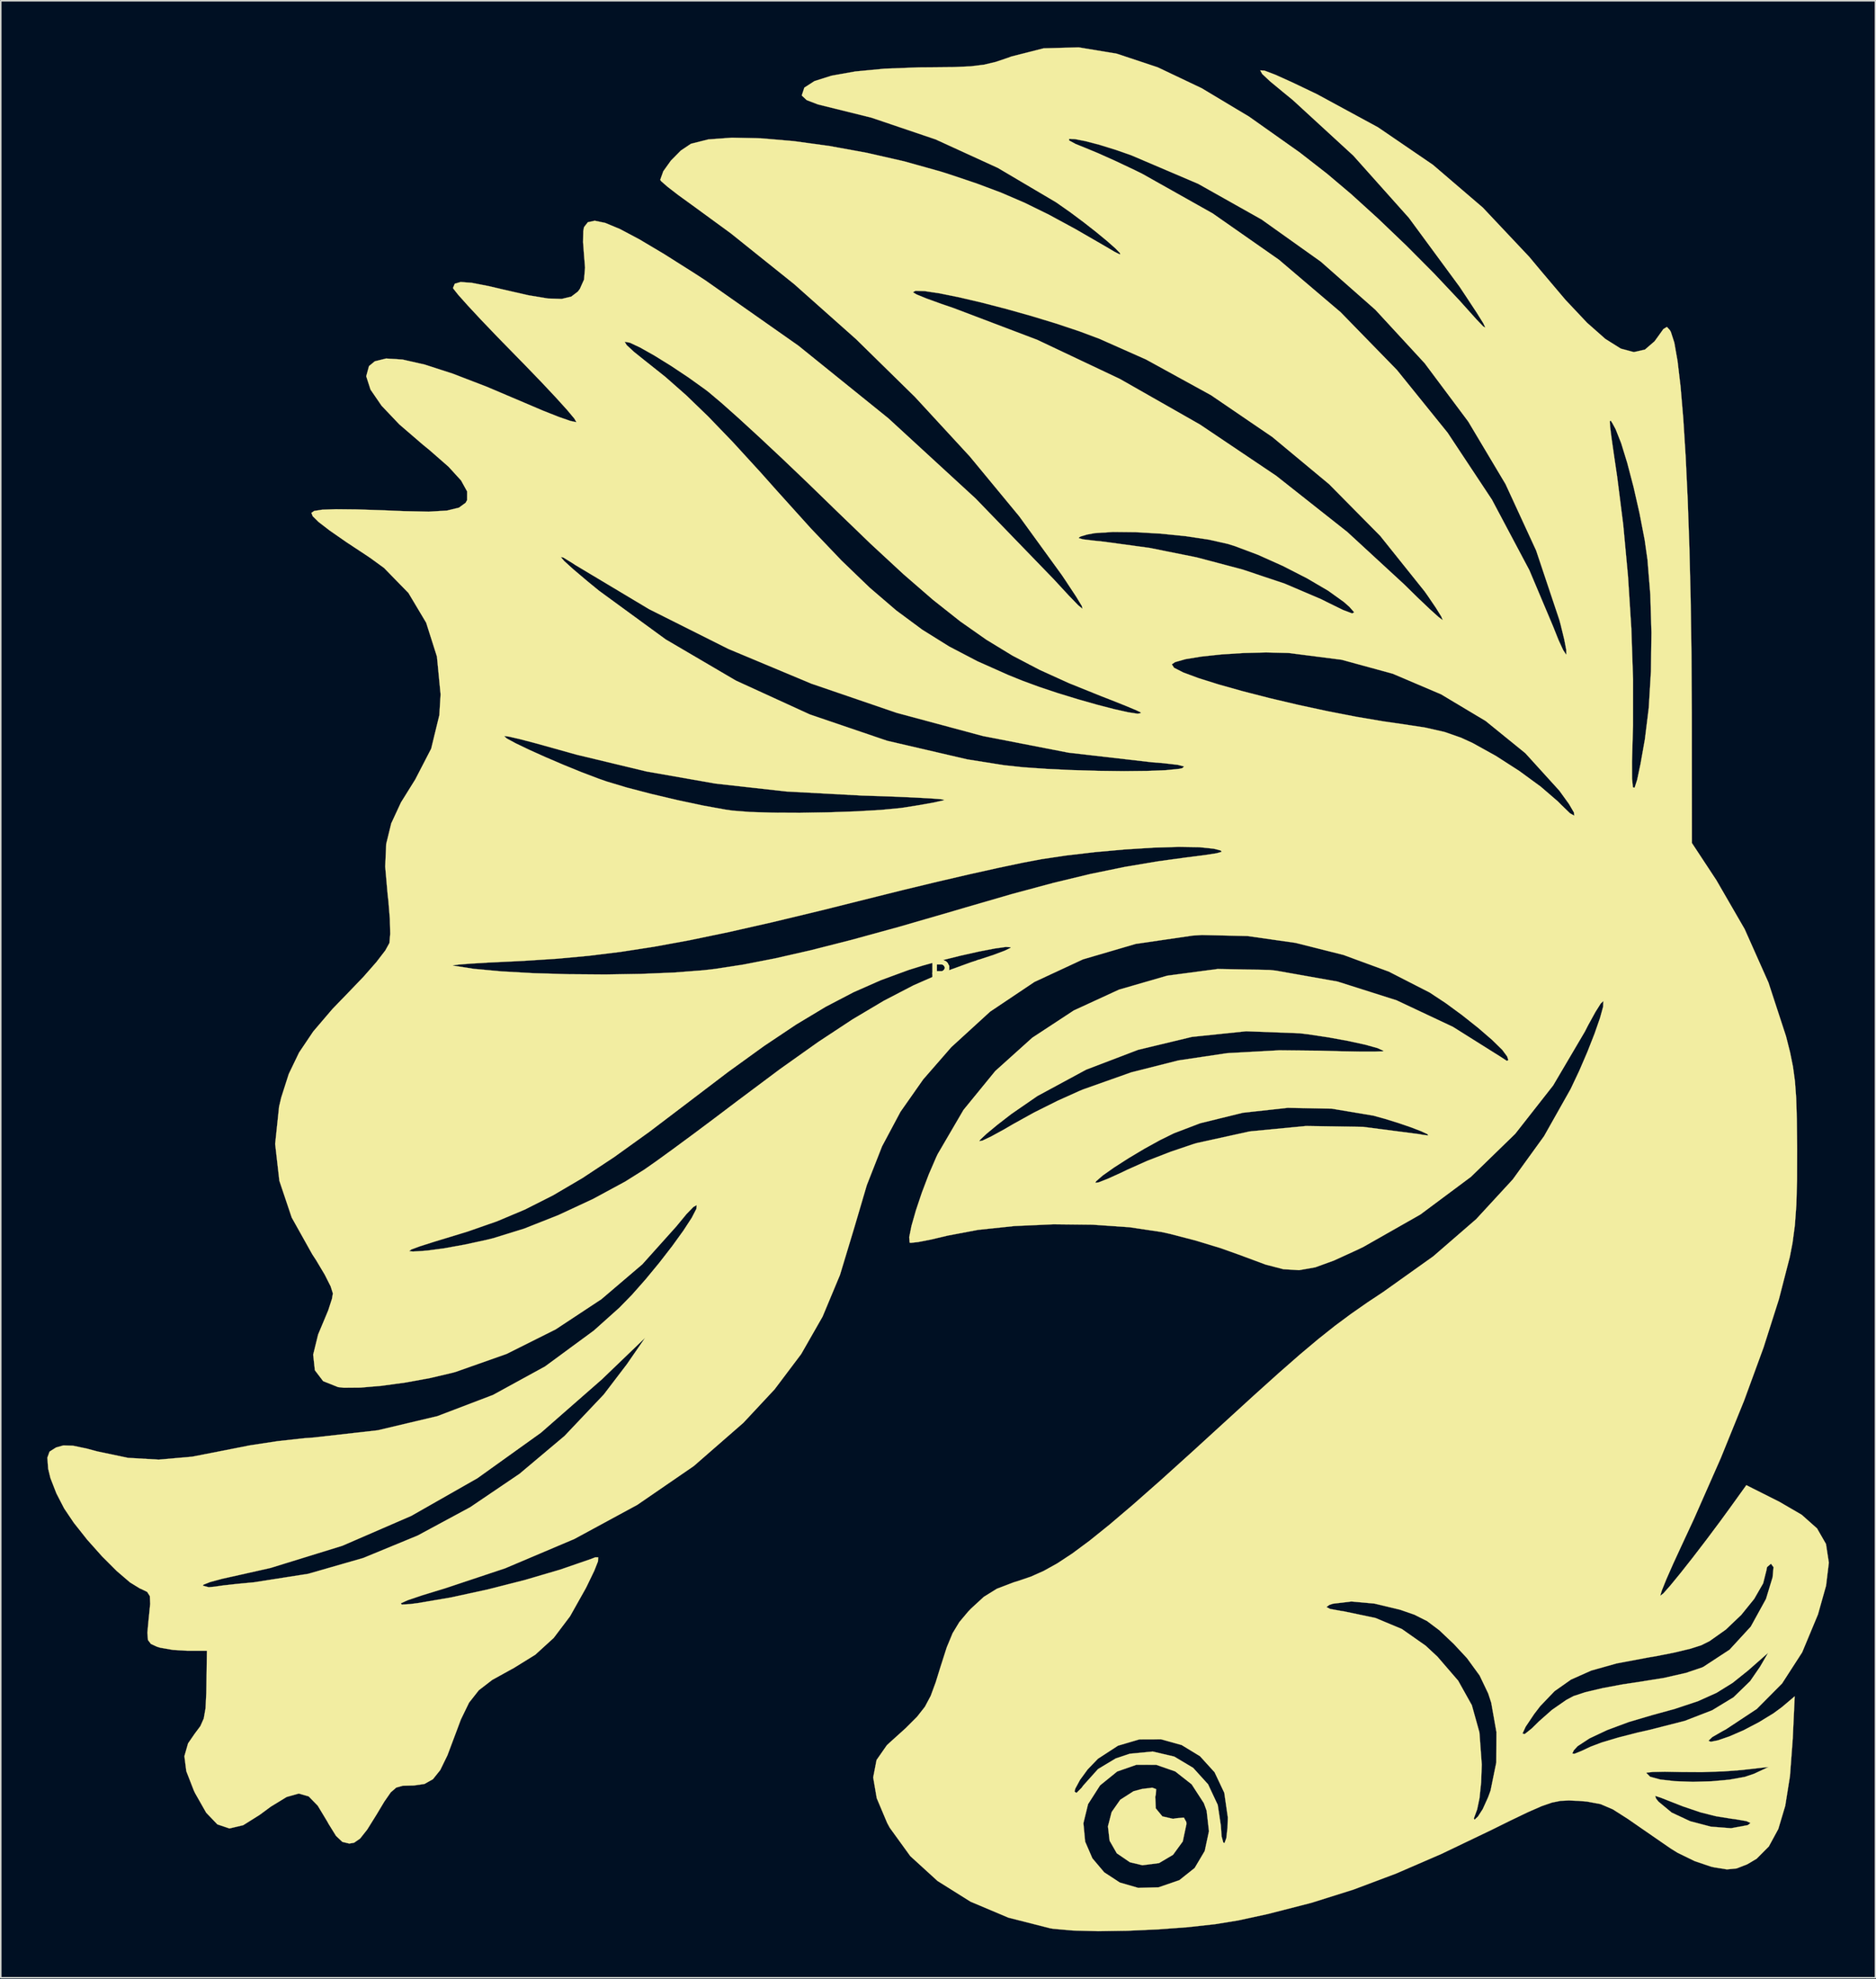
<source format=kicad_pcb>
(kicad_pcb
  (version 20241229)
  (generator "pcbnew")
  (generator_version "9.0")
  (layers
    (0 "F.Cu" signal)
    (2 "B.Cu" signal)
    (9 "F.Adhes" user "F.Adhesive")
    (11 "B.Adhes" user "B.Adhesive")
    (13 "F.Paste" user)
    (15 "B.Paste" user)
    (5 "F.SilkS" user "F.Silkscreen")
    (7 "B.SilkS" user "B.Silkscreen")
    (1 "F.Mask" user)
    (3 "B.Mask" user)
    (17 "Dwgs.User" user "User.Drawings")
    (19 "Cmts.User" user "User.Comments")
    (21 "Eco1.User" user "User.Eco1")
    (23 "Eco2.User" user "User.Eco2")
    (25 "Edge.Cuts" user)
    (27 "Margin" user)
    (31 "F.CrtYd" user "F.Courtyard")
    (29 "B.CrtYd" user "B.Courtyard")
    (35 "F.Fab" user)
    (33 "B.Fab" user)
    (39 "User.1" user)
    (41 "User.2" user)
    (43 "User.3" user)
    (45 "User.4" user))
  (footprint "Betta"
    (layer "F.Cu")
    (at 59.872 59.841)
    (property "Reference" "Betta" (at 0 0 0) (layer "F.SilkS") (effects (font (size 1.524 1.524) (thickness 0.3))))
    (attr through_hole)
    (fp_poly (pts (xy 11.681 52.502) (xy 11.663 52.842) (xy 11.626 52.997) (xy 11.659 53.744) (xy 12.084 54.26) (xy 12.773 54.417) (xy 12.987 54.381) (xy 13.473 54.339) (xy 13.63 54.625) (xy 13.636 54.769) (xy 13.401 55.877) (xy 12.774 56.738) (xy 11.868 57.275) (xy 10.798 57.412) (xy 9.988 57.219) (xy 9.143 56.641) (xy 8.678 55.829) (xy 8.573 54.903) (xy 8.81 53.983) (xy 9.367 53.188) (xy 10.224 52.639) (xy 10.776 52.492) (xy 11.428 52.41) (xy 11.681 52.502)) (stroke (width 0.01) (type solid)) (fill yes) (layer "F.SilkS"))
    (fp_poly (pts (xy 9.136 -59.43) (xy 11.781 -58.551) (xy 14.628 -57.198) (xy 17.682 -55.367) (xy 20.952 -53.055) (xy 22.716 -51.682) (xy 24.253 -50.384) (xy 26.001 -48.797) (xy 27.833 -47.045) (xy 29.619 -45.25) (xy 31.232 -43.538) (xy 31.674 -43.046) (xy 32.365 -42.277) (xy 32.785 -41.841) (xy 32.929 -41.758) (xy 32.791 -42.048) (xy 32.365 -42.73) (xy 31.644 -43.825) (xy 31.266 -44.393) (xy 27.993 -48.84) (xy 24.404 -52.856) (xy 20.5 -56.44) (xy 19.897 -56.933) (xy 19.03 -57.649) (xy 18.525 -58.123) (xy 18.399 -58.352) (xy 18.672 -58.337) (xy 19.363 -58.076) (xy 20.489 -57.568) (xy 22.058 -56.818) (xy 26.001 -54.679) (xy 29.54 -52.263) (xy 32.763 -49.502) (xy 35.759 -46.324) (xy 36.471 -45.471) (xy 38.099 -43.548) (xy 39.489 -42.074) (xy 40.669 -41.032) (xy 41.666 -40.407) (xy 42.509 -40.182) (xy 43.224 -40.343) (xy 43.839 -40.872) (xy 44.023 -41.122) (xy 44.413 -41.666) (xy 44.643 -41.806) (xy 44.835 -41.594) (xy 44.899 -41.478) (xy 45.121 -40.79) (xy 45.329 -39.606) (xy 45.522 -37.964) (xy 45.697 -35.904) (xy 45.851 -33.463) (xy 45.983 -30.68) (xy 46.092 -27.593) (xy 46.174 -24.242) (xy 46.227 -20.664) (xy 46.25 -16.898) (xy 46.251 -16.224) (xy 46.255 -8.519) (xy 47.833 -6.123) (xy 49.66 -2.964) (xy 51.194 0.478) (xy 52.328 3.944) (xy 52.59 4.982) (xy 52.778 5.908) (xy 52.905 6.848) (xy 52.984 7.931) (xy 53.026 9.282) (xy 53.045 11.028) (xy 53.046 11.229) (xy 53.04 13.235) (xy 52.994 14.828) (xy 52.9 16.13) (xy 52.75 17.264) (xy 52.573 18.178) (xy 51.87 20.905) (xy 50.88 24.014) (xy 49.622 27.449) (xy 48.117 31.156) (xy 46.386 35.079) (xy 45.585 36.801) (xy 45.043 37.976) (xy 44.607 38.966) (xy 44.319 39.678) (xy 44.216 40.017) (xy 44.22 40.031) (xy 44.416 39.876) (xy 44.87 39.363) (xy 45.522 38.567) (xy 46.316 37.561) (xy 47.191 36.42) (xy 48.09 35.218) (xy 48.762 34.296) (xy 49.767 32.899) (xy 51.896 33.969) (xy 53.336 34.806) (xy 54.33 35.688) (xy 54.907 36.693) (xy 55.092 37.898) (xy 54.912 39.382) (xy 54.394 41.222) (xy 54.386 41.245) (xy 53.37 43.681) (xy 52.071 45.692) (xy 50.444 47.33) (xy 48.447 48.649) (xy 48.26 48.747) (xy 47.568 49.147) (xy 47.324 49.38) (xy 47.468 49.449) (xy 47.939 49.355) (xy 48.678 49.101) (xy 49.597 48.702) (xy 50.591 48.181) (xy 51.518 47.615) (xy 52.045 47.229) (xy 52.889 46.517) (xy 52.762 49.26) (xy 52.583 51.658) (xy 52.278 53.581) (xy 51.829 55.078) (xy 51.219 56.2) (xy 50.429 56.994) (xy 49.83 57.349) (xy 49.142 57.619) (xy 48.513 57.68) (xy 47.684 57.547) (xy 47.482 57.501) (xy 46.431 57.145) (xy 45.328 56.607) (xy 44.884 56.331) (xy 43.974 55.704) (xy 42.896 54.96) (xy 42.116 54.42) (xy 41.16 53.811) (xy 40.36 53.469) (xy 39.473 53.304) (xy 38.942 53.262) (xy 38.316 53.235) (xy 37.776 53.26) (xy 37.224 53.371) (xy 36.563 53.6) (xy 35.697 53.978) (xy 34.529 54.538) (xy 33.287 55.152) (xy 30.079 56.688) (xy 27.165 57.949) (xy 24.412 58.984) (xy 21.689 59.84) (xy 18.863 60.564) (xy 16.957 60.976) (xy 15.49 61.214) (xy 13.721 61.408) (xy 11.785 61.551) (xy 9.816 61.639) (xy 7.946 61.665) (xy 6.311 61.624) (xy 5.044 61.511) (xy 4.845 61.479) (xy 2.15 60.793) (xy -0.292 59.763) (xy -2.423 58.427) (xy -4.181 56.824) (xy -5.507 54.993) (xy -5.666 54.699) (xy 6.989 54.699) (xy 7.101 55.887) (xy 7.568 56.966) (xy 8.332 57.869) (xy 9.337 58.527) (xy 10.526 58.872) (xy 11.841 58.836) (xy 13.18 58.375) (xy 14.167 57.591) (xy 14.818 56.493) (xy 15.09 55.217) (xy 14.941 53.897) (xy 14.764 53.41) (xy 13.974 52.193) (xy 12.917 51.363) (xy 11.695 50.937) (xy 10.411 50.933) (xy 9.168 51.367) (xy 8.068 52.258) (xy 8.059 52.269) (xy 7.29 53.47) (xy 6.989 54.699) (xy -5.666 54.699) (xy -5.674 54.684) (xy -6.347 53.089) (xy -6.42 52.662) (xy 6.417 52.662) (xy 6.541 52.749) (xy 6.866 52.426) (xy 6.985 52.265) (xy 7.931 51.211) (xy 9.076 50.523) (xy 9.98 50.221) (xy 11.458 50.078) (xy 12.85 50.403) (xy 14.07 51.13) (xy 15.034 52.191) (xy 15.658 53.522) (xy 15.857 54.843) (xy 15.908 55.553) (xy 16.017 55.95) (xy 16.093 55.982) (xy 16.211 55.663) (xy 16.289 54.977) (xy 16.308 54.327) (xy 16.08 52.739) (xy 15.453 51.414) (xy 14.51 50.378) (xy 13.332 49.661) (xy 12.004 49.29) (xy 10.606 49.294) (xy 9.221 49.702) (xy 7.932 50.54) (xy 7.267 51.227) (xy 6.771 51.905) (xy 6.465 52.471) (xy 6.417 52.662) (xy -6.42 52.662) (xy -6.576 51.75) (xy -6.359 50.625) (xy -5.695 49.673) (xy -5.535 49.523) (xy -4.483 48.574) (xy -3.748 47.84) (xy -3.238 47.191) (xy -2.866 46.492) (xy -2.541 45.612) (xy -2.241 44.643) (xy -1.831 43.364) (xy -1.451 42.447) (xy -1.017 41.73) (xy -0.447 41.052) (xy -0.274 40.871) (xy -0.153 40.759) (xy 22.672 40.759) (xy 22.911 40.882) (xy 23.627 41.012) (xy 23.796 41.036) (xy 25.834 41.463) (xy 27.54 42.176) (xy 29.075 43.252) (xy 29.835 43.959) (xy 31.172 45.509) (xy 32.055 47.09) (xy 32.544 48.843) (xy 32.695 50.909) (xy 32.695 50.934) (xy 32.654 52.067) (xy 32.548 53.09) (xy 32.398 53.807) (xy 32.373 53.875) (xy 32.186 54.387) (xy 32.226 54.477) (xy 32.445 54.276) (xy 32.758 53.792) (xy 33.108 53.019) (xy 33.138 52.938) (xy 43.885 52.938) (xy 43.942 53.112) (xy 44.096 53.308) (xy 44.951 54.016) (xy 46.14 54.571) (xy 47.478 54.924) (xy 48.78 55.025) (xy 49.861 54.826) (xy 49.864 54.825) (xy 50.036 54.689) (xy 49.776 54.567) (xy 49.04 54.441) (xy 48.795 54.41) (xy 47.799 54.25) (xy 46.815 54.002) (xy 45.679 53.618) (xy 44.249 53.057) (xy 43.885 52.938) (xy 33.138 52.938) (xy 33.263 52.595) (xy 33.494 51.458) (xy 43.314 51.458) (xy 43.56 51.705) (xy 44.219 51.884) (xy 45.177 51.992) (xy 46.317 52.031) (xy 47.521 51.998) (xy 48.675 51.893) (xy 49.661 51.715) (xy 50.265 51.513) (xy 51.201 51.075) (xy 49.463 51.272) (xy 48.301 51.36) (xy 46.901 51.407) (xy 45.56 51.4) (xy 45.519 51.399) (xy 44.51 51.382) (xy 43.743 51.396) (xy 43.344 51.438) (xy 43.314 51.458) (xy 33.494 51.458) (xy 33.63 50.796) (xy 33.633 50.206) (xy 38.538 50.206) (xy 38.674 50.225) (xy 39.132 50.04) (xy 39.721 49.764) (xy 40.434 49.495) (xy 41.503 49.175) (xy 42.76 48.853) (xy 43.574 48.669) (xy 45.796 48.101) (xy 47.561 47.418) (xy 48.943 46.578) (xy 50.013 45.539) (xy 50.652 44.61) (xy 51.173 43.715) (xy 49.894 44.839) (xy 48.883 45.649) (xy 47.845 46.292) (xy 46.647 46.831) (xy 45.154 47.328) (xy 43.727 47.719) (xy 42.173 48.178) (xy 40.779 48.697) (xy 39.647 49.231) (xy 38.878 49.734) (xy 38.633 50.001) (xy 38.538 50.206) (xy 33.633 50.206) (xy 33.641 48.914) (xy 35.325 48.914) (xy 35.461 48.956) (xy 35.925 48.587) (xy 36.387 48.132) (xy 37.224 47.393) (xy 38.152 46.749) (xy 38.624 46.499) (xy 39.367 46.255) (xy 40.475 45.992) (xy 41.781 45.747) (xy 42.774 45.599) (xy 44.452 45.33) (xy 45.868 45.008) (xy 46.895 44.662) (xy 47 44.613) (xy 48.686 43.51) (xy 50.054 42.022) (xy 51.036 40.238) (xy 51.463 38.835) (xy 51.521 38.185) (xy 51.356 37.966) (xy 51.102 38.183) (xy 51.067 38.378) (xy 50.852 39.231) (xy 50.275 40.233) (xy 49.438 41.267) (xy 48.443 42.214) (xy 47.391 42.958) (xy 46.857 43.225) (xy 46.161 43.446) (xy 45.121 43.696) (xy 43.922 43.932) (xy 43.477 44.006) (xy 41.401 44.395) (xy 39.759 44.856) (xy 38.456 45.436) (xy 37.391 46.185) (xy 36.466 47.15) (xy 36.076 47.659) (xy 35.527 48.477) (xy 35.325 48.914) (xy 33.641 48.914) (xy 33.642 48.83) (xy 33.306 46.929) (xy 33.11 46.332) (xy 32.558 45.176) (xy 31.741 44.055) (xy 30.889 43.14) (xy 29.956 42.256) (xy 29.171 41.667) (xy 28.346 41.252) (xy 27.428 40.934) (xy 25.765 40.535) (xy 24.279 40.403) (xy 23.093 40.544) (xy 22.86 40.622) (xy 22.672 40.759) (xy -0.153 40.759) (xy 0.561 40.103) (xy 1.406 39.579) (xy 2.494 39.164) (xy 2.807 39.068) (xy 3.607 38.795) (xy 4.422 38.432) (xy 5.295 37.948) (xy 6.266 37.31) (xy 7.378 36.487) (xy 8.672 35.446) (xy 10.19 34.155) (xy 11.975 32.582) (xy 14.067 30.694) (xy 16.03 28.9) (xy 17.964 27.134) (xy 19.581 25.679) (xy 20.949 24.481) (xy 22.138 23.482) (xy 23.215 22.626) (xy 24.251 21.857) (xy 25.313 21.116) (xy 26.331 20.441) (xy 29.568 18.137) (xy 32.335 15.74) (xy 34.695 13.18) (xy 36.714 10.389) (xy 38.427 7.353) (xy 38.986 6.171) (xy 39.514 4.946) (xy 39.972 3.78) (xy 40.322 2.779) (xy 40.524 2.046) (xy 40.541 1.686) (xy 40.534 1.677) (xy 40.367 1.84) (xy 40.026 2.383) (xy 39.572 3.207) (xy 39.345 3.649) (xy 37.301 7.118) (xy 34.852 10.239) (xy 31.996 13.013) (xy 28.733 15.442) (xy 25.061 17.528) (xy 24.663 17.721) (xy 23.145 18.415) (xy 21.943 18.85) (xy 20.908 19.032) (xy 19.891 18.97) (xy 18.746 18.671) (xy 17.323 18.143) (xy 17.238 18.109) (xy 15.851 17.613) (xy 14.213 17.116) (xy 12.602 16.697) (xy 12.025 16.57) (xy 9.966 16.263) (xy 7.587 16.099) (xy 5.054 16.074) (xy 2.535 16.186) (xy 0.196 16.432) (xy -1.795 16.807) (xy -1.844 16.82) (xy -2.869 17.062) (xy -3.682 17.219) (xy -4.157 17.27) (xy -4.224 17.254) (xy -4.25 16.902) (xy -4.104 16.172) (xy -3.82 15.178) (xy -3.436 14.032) (xy -3.195 13.4) (xy 7.754 13.4) (xy 7.974 13.368) (xy 8.562 13.137) (xy 9.411 12.752) (xy 9.826 12.552) (xy 11.112 11.978) (xy 12.625 11.391) (xy 14.073 10.902) (xy 14.304 10.833) (xy 17.721 10.082) (xy 21.35 9.733) (xy 25.046 9.789) (xy 28.659 10.257) (xy 28.876 10.299) (xy 29.242 10.344) (xy 29.184 10.257) (xy 28.79 10.073) (xy 28.146 9.825) (xy 27.336 9.547) (xy 26.448 9.271) (xy 25.691 9.063) (xy 23.028 8.618) (xy 20.173 8.562) (xy 17.285 8.878) (xy 14.527 9.555) (xy 12.834 10.2) (xy 11.936 10.642) (xy 10.92 11.202) (xy 9.893 11.815) (xy 8.962 12.413) (xy 8.233 12.928) (xy 7.814 13.293) (xy 7.754 13.4) (xy -3.195 13.4) (xy -2.987 12.851) (xy -2.509 11.746) (xy -2.413 11.544) (xy -1.928 10.714) (xy 0.267 10.714) (xy 0.479 10.673) (xy 1.048 10.402) (xy 1.876 9.949) (xy 2.469 9.604) (xy 3.8 8.867) (xy 5.322 8.107) (xy 6.744 7.467) (xy 6.98 7.37) (xy 10.076 6.273) (xy 13.122 5.503) (xy 16.26 5.036) (xy 19.632 4.85) (xy 22.242 4.875) (xy 23.669 4.914) (xy 24.877 4.934) (xy 25.78 4.934) (xy 26.291 4.916) (xy 26.372 4.893) (xy 25.973 4.71) (xy 25.165 4.486) (xy 24.068 4.246) (xy 22.804 4.016) (xy 21.493 3.82) (xy 20.943 3.753) (xy 17.491 3.623) (xy 13.988 3.987) (xy 10.519 4.82) (xy 7.169 6.098) (xy 4.024 7.798) (xy 2.339 8.959) (xy 1.453 9.644) (xy 0.756 10.219) (xy 0.341 10.606) (xy 0.267 10.714) (xy -1.928 10.714) (xy -0.749 8.697) (xy 1.303 6.186) (xy 3.692 4.038) (xy 6.371 2.28) (xy 9.29 0.937) (xy 12.402 0.037) (xy 15.657 -0.395) (xy 19.006 -0.331) (xy 19.4 -0.29) (xy 23.388 0.417) (xy 27.194 1.625) (xy 30.832 3.337) (xy 33.894 5.259) (xy 34.316 5.534) (xy 34.41 5.483) (xy 34.332 5.245) (xy 34.016 4.819) (xy 33.359 4.177) (xy 32.465 3.406) (xy 31.435 2.589) (xy 30.373 1.81) (xy 29.381 1.155) (xy 29.314 1.114) (xy 26.696 -0.225) (xy 23.766 -1.301) (xy 20.678 -2.078) (xy 17.585 -2.518) (xy 14.64 -2.586) (xy 14.037 -2.547) (xy 10.364 -2.011) (xy 6.959 -1.014) (xy 3.826 0.443) (xy 0.967 2.359) (xy -1.537 4.648) (xy -3.35 6.728) (xy -4.815 8.815) (xy -6.003 11.042) (xy -6.986 13.543) (xy -7.787 16.259) (xy -8.719 19.34) (xy -9.841 22.026) (xy -11.223 24.443) (xy -12.939 26.719) (xy -14.953 28.876) (xy -18.154 31.666) (xy -21.794 34.166) (xy -25.855 36.367) (xy -30.322 38.259) (xy -34.205 39.553) (xy -35.663 39.998) (xy -36.61 40.318) (xy -37.054 40.517) (xy -37.002 40.599) (xy -36.462 40.568) (xy -35.961 40.504) (xy -33.836 40.143) (xy -31.473 39.63) (xy -29.055 39.015) (xy -26.769 38.343) (xy -24.799 37.664) (xy -24.51 37.552) (xy -24.321 37.551) (xy -24.335 37.815) (xy -24.569 38.408) (xy -25.045 39.395) (xy -25.117 39.539) (xy -26.138 41.356) (xy -27.193 42.752) (xy -28.382 43.835) (xy -29.806 44.716) (xy -29.93 44.78) (xy -31.157 45.458) (xy -32.023 46.124) (xy -32.655 46.927) (xy -33.182 48.012) (xy -33.525 48.928) (xy -34.049 50.322) (xy -34.514 51.274) (xy -34.986 51.864) (xy -35.531 52.169) (xy -36.217 52.268) (xy -36.368 52.271) (xy -36.945 52.288) (xy -37.353 52.404) (xy -37.707 52.711) (xy -38.118 53.302) (xy -38.622 54.142) (xy -39.228 55.114) (xy -39.685 55.691) (xy -40.074 55.961) (xy -40.384 56.014) (xy -40.829 55.907) (xy -41.24 55.518) (xy -41.72 54.744) (xy -41.803 54.592) (xy -42.419 53.57) (xy -43.003 52.972) (xy -43.643 52.788) (xy -44.426 53.01) (xy -45.442 53.63) (xy -46.175 54.169) (xy -47.227 54.829) (xy -48.116 55.039) (xy -48.894 54.778) (xy -49.615 54.027) (xy -50.332 52.766) (xy -50.419 52.582) (xy -50.9 51.345) (xy -51.023 50.378) (xy -50.786 49.551) (xy -50.351 48.92) (xy -49.992 48.44) (xy -49.774 47.949) (xy -49.659 47.291) (xy -49.61 46.312) (xy -49.602 45.824) (xy -49.57 43.581) (xy -50.836 43.581) (xy -51.766 43.524) (xy -52.587 43.381) (xy -52.801 43.315) (xy -53.185 43.138) (xy -53.375 42.886) (xy -53.411 42.412) (xy -53.333 41.57) (xy -53.32 41.45) (xy -53.231 40.56) (xy -53.252 40.054) (xy -53.426 39.783) (xy -53.798 39.6) (xy -53.885 39.567) (xy -54.188 39.381) (xy -49.831 39.381) (xy -49.452 39.479) (xy -49.089 39.447) (xy -48.552 39.369) (xy -47.666 39.27) (xy -46.616 39.17) (xy -46.541 39.164) (xy -43.031 38.615) (xy -39.48 37.594) (xy -35.969 36.147) (xy -32.581 34.321) (xy -29.396 32.165) (xy -26.495 29.726) (xy -23.96 27.051) (xy -22.478 25.109) (xy -21.293 23.395) (xy -24.082 26.073) (xy -28.013 29.514) (xy -32.111 32.448) (xy -36.382 34.879) (xy -40.83 36.807) (xy -45.46 38.237) (xy -47.531 38.703) (xy -48.575 38.934) (xy -49.363 39.148) (xy -49.79 39.316) (xy -49.831 39.381) (xy -54.188 39.381) (xy -54.531 39.171) (xy -55.381 38.443) (xy -56.337 37.489) (xy -57.296 36.414) (xy -58.159 35.324) (xy -58.778 34.406) (xy -59.283 33.43) (xy -59.666 32.445) (xy -59.814 31.842) (xy -59.867 31.126) (xy -59.725 30.735) (xy -59.313 30.473) (xy -59.295 30.465) (xy -58.826 30.333) (xy -58.214 30.353) (xy -57.322 30.539) (xy -56.638 30.722) (xy -54.667 31.136) (xy -52.677 31.25) (xy -50.523 31.061) (xy -48.348 30.637) (xy -46.792 30.329) (xy -45.003 30.059) (xy -43.284 29.869) (xy -42.679 29.825) (xy -38.545 29.358) (xy -34.696 28.446) (xy -31.107 27.078) (xy -27.75 25.241) (xy -24.6 22.926) (xy -22.95 21.449) (xy -22.143 20.622) (xy -21.265 19.629) (xy -20.378 18.554) (xy -19.544 17.478) (xy -18.826 16.484) (xy -18.285 15.655) (xy -17.984 15.073) (xy -17.963 14.834) (xy -18.182 14.957) (xy -18.625 15.415) (xy -19.2 16.111) (xy -19.249 16.174) (xy -21.476 18.656) (xy -24.113 20.903) (xy -27.065 22.85) (xy -30.234 24.435) (xy -33.526 25.596) (xy -33.719 25.649) (xy -35.177 25.992) (xy -36.748 26.278) (xy -38.292 26.489) (xy -39.669 26.607) (xy -40.739 26.615) (xy -41.11 26.573) (xy -42.068 26.19) (xy -42.604 25.488) (xy -42.713 24.481) (xy -42.394 23.18) (xy -42.108 22.499) (xy -41.743 21.627) (xy -41.501 20.88) (xy -41.442 20.532) (xy -41.585 20.076) (xy -41.968 19.319) (xy -42.518 18.396) (xy -42.772 18.007) (xy -42.886 17.803) (xy -36.516 17.803) (xy -36.272 17.83) (xy -35.68 17.794) (xy -35.327 17.764) (xy -34.272 17.624) (xy -32.937 17.383) (xy -31.556 17.084) (xy -31.093 16.97) (xy -29.102 16.353) (xy -26.891 15.48) (xy -24.651 14.438) (xy -22.574 13.315) (xy -21.355 12.55) (xy -20.596 12.02) (xy -19.515 11.237) (xy -18.213 10.278) (xy -16.792 9.216) (xy -15.374 8.144) (xy -12.588 6.062) (xy -10.123 4.313) (xy -7.909 2.855) (xy -5.882 1.651) (xy -3.975 0.661) (xy -2.121 -0.154) (xy -0.253 -0.831) (xy 0.21 -0.98) (xy 1.186 -1.302) (xy 1.913 -1.575) (xy 2.283 -1.755) (xy 2.305 -1.795) (xy 1.979 -1.814) (xy 1.252 -1.712) (xy 0.238 -1.516) (xy -0.95 -1.25) (xy -2.197 -0.94) (xy -3.392 -0.61) (xy -4.267 -0.338) (xy -6.076 0.326) (xy -7.843 1.105) (xy -9.64 2.043) (xy -11.539 3.184) (xy -13.612 4.569) (xy -15.928 6.241) (xy -18.448 8.157) (xy -21.03 10.116) (xy -23.304 11.748) (xy -25.348 13.097) (xy -27.237 14.206) (xy -29.049 15.121) (xy -30.861 15.884) (xy -32.749 16.542) (xy -33.341 16.724) (xy -34.823 17.174) (xy -35.824 17.492) (xy -36.377 17.696) (xy -36.516 17.803) (xy -42.886 17.803) (xy -44.099 15.634) (xy -44.895 13.268) (xy -45.166 10.89) (xy -44.913 8.48) (xy -44.775 7.897) (xy -44.288 6.376) (xy -43.623 4.995) (xy -42.707 3.635) (xy -41.464 2.18) (xy -40.453 1.136) (xy -39.463 0.105) (xy -38.817 -0.631) (xy -33.69 -0.631) (xy -33.688 -0.611) (xy -32.331 -0.402) (xy -30.555 -0.239) (xy -28.475 -0.123) (xy -26.207 -0.057) (xy -23.865 -0.041) (xy -21.563 -0.077) (xy -19.417 -0.166) (xy -17.54 -0.311) (xy -16.791 -0.397) (xy -14.952 -0.68) (xy -12.906 -1.078) (xy -10.596 -1.604) (xy -7.967 -2.273) (xy -4.961 -3.097) (xy -1.524 -4.092) (xy -0.668 -4.345) (xy 2.388 -5.231) (xy 5.055 -5.948) (xy 7.444 -6.523) (xy 9.665 -6.979) (xy 11.827 -7.343) (xy 13.636 -7.589) (xy 14.852 -7.744) (xy 15.591 -7.859) (xy 15.908 -7.95) (xy 15.856 -8.034) (xy 15.49 -8.13) (xy 15.391 -8.151) (xy 14.471 -8.248) (xy 13.135 -8.268) (xy 11.493 -8.218) (xy 9.658 -8.103) (xy 7.742 -7.932) (xy 5.856 -7.711) (xy 4.278 -7.475) (xy 3.09 -7.251) (xy 1.497 -6.916) (xy -0.387 -6.497) (xy -2.449 -6.018) (xy -4.578 -5.506) (xy -6.283 -5.081) (xy -9.91 -4.174) (xy -13.096 -3.408) (xy -15.913 -2.77) (xy -18.433 -2.247) (xy -20.727 -1.827) (xy -22.868 -1.497) (xy -24.927 -1.244) (xy -26.975 -1.056) (xy -29.084 -0.92) (xy -30.079 -0.871) (xy -31.435 -0.806) (xy -32.543 -0.74) (xy -33.321 -0.679) (xy -33.69 -0.631) (xy -38.817 -0.631) (xy -38.64 -0.832) (xy -38.059 -1.587) (xy -37.793 -2.069) (xy -37.792 -2.072) (xy -37.741 -2.666) (xy -37.765 -3.619) (xy -37.857 -4.76) (xy -37.909 -5.213) (xy -38.065 -6.997) (xy -38 -8.463) (xy -37.675 -9.786) (xy -37.046 -11.14) (xy -36.125 -12.619) (xy -35.099 -14.602) (xy -34.9 -15.419) (xy -30.39 -15.419) (xy -30.223 -15.263) (xy -29.657 -14.956) (xy -28.792 -14.54) (xy -27.726 -14.061) (xy -26.558 -13.561) (xy -25.388 -13.085) (xy -24.313 -12.676) (xy -23.747 -12.479) (xy -22.473 -12.097) (xy -20.889 -11.684) (xy -19.18 -11.281) (xy -17.531 -10.931) (xy -16.128 -10.678) (xy -15.641 -10.608) (xy -14.538 -10.522) (xy -13.047 -10.476) (xy -11.312 -10.469) (xy -9.478 -10.498) (xy -7.689 -10.56) (xy -6.091 -10.652) (xy -4.827 -10.773) (xy -4.592 -10.805) (xy -3.5 -10.98) (xy -2.623 -11.139) (xy -2.086 -11.259) (xy -1.979 -11.3) (xy -2.196 -11.343) (xy -2.87 -11.396) (xy -3.925 -11.453) (xy -5.282 -11.511) (xy -6.866 -11.566) (xy -7.28 -11.578) (xy -12.166 -11.841) (xy -16.746 -12.35) (xy -21.201 -13.132) (xy -25.712 -14.215) (xy -27.11 -14.605) (xy -28.331 -14.945) (xy -29.351 -15.212) (xy -30.07 -15.379) (xy -30.385 -15.422) (xy -30.39 -15.419) (xy -34.9 -15.419) (xy -34.572 -16.763) (xy -34.491 -18.106) (xy -34.726 -20.541) (xy -35.422 -22.729) (xy -36.565 -24.645) (xy -38.14 -26.259) (xy -39.051 -26.922) (xy -39.117 -26.966) (xy -26.735 -26.966) (xy -26.517 -26.709) (xy -25.933 -26.178) (xy -25.003 -25.392) (xy -24.264 -24.788) (xy -19.972 -21.655) (xy -15.432 -18.993) (xy -10.661 -16.81) (xy -5.677 -15.114) (xy -0.499 -13.912) (xy 1.885 -13.535) (xy 3.103 -13.405) (xy 4.595 -13.301) (xy 6.25 -13.223) (xy 7.96 -13.174) (xy 9.616 -13.156) (xy 11.109 -13.17) (xy 12.329 -13.218) (xy 13.168 -13.303) (xy 13.368 -13.346) (xy 13.487 -13.454) (xy 13.079 -13.561) (xy 12.142 -13.669) (xy 11.412 -13.727) (xy 6.021 -14.347) (xy 0.5 -15.42) (xy -5.06 -16.914) (xy -10.565 -18.797) (xy -15.921 -21.037) (xy -21.036 -23.601) (xy -25.815 -26.459) (xy -26.002 -26.582) (xy -26.569 -26.93) (xy -26.735 -26.966) (xy -39.117 -26.966) (xy -40.562 -27.92) (xy -41.654 -28.678) (xy -42.368 -29.227) (xy -42.744 -29.598) (xy -42.828 -29.812) (xy -42.648 -29.937) (xy -42.136 -30.016) (xy -41.25 -30.048) (xy -39.946 -30.036) (xy -38.178 -29.979) (xy -36.897 -29.925) (xy -35.257 -29.89) (xy -34.081 -29.96) (xy -33.309 -30.147) (xy -32.877 -30.461) (xy -32.781 -30.636) (xy -32.779 -31.195) (xy -33.169 -31.902) (xy -33.977 -32.787) (xy -35.228 -33.881) (xy -35.602 -34.183) (xy -37.156 -35.521) (xy -38.298 -36.722) (xy -39.014 -37.765) (xy -39.29 -38.624) (xy -39.112 -39.278) (xy -38.738 -39.587) (xy -38.01 -39.768) (xy -36.947 -39.701) (xy -35.523 -39.379) (xy -33.714 -38.794) (xy -31.497 -37.941) (xy -29.055 -36.904) (xy -27.86 -36.395) (xy -26.847 -35.996) (xy -26.112 -35.741) (xy -25.75 -35.665) (xy -25.733 -35.673) (xy -25.865 -35.9) (xy -26.324 -36.448) (xy -27.059 -37.26) (xy -28.016 -38.278) (xy -29.144 -39.446) (xy -29.631 -39.942) (xy -30.513 -40.844) (xy -22.612 -40.844) (xy -22.482 -40.632) (xy -22.017 -40.201) (xy -21.318 -39.641) (xy -21.295 -39.623) (xy -19.98 -38.577) (xy -18.642 -37.398) (xy -17.215 -36.02) (xy -15.632 -34.377) (xy -13.827 -32.405) (xy -12.827 -31.282) (xy -10.604 -28.817) (xy -8.619 -26.737) (xy -6.802 -24.988) (xy -5.086 -23.517) (xy -3.401 -22.271) (xy -1.678 -21.197) (xy 0.151 -20.241) (xy 2.155 -19.349) (xy 3.039 -18.992) (xy 4.121 -18.593) (xy 5.345 -18.185) (xy 6.622 -17.794) (xy 7.863 -17.441) (xy 8.98 -17.152) (xy 9.886 -16.95) (xy 10.49 -16.858) (xy 10.705 -16.9) (xy 10.672 -16.951) (xy 10.39 -17.087) (xy 9.723 -17.365) (xy 8.784 -17.74) (xy 8.148 -17.987) (xy 6.054 -18.831) (xy 4.166 -19.688) (xy 3.483 -20.045) (xy 12.695 -20.045) (xy 12.837 -19.822) (xy 13.435 -19.518) (xy 14.421 -19.152) (xy 15.727 -18.742) (xy 17.282 -18.306) (xy 19.018 -17.861) (xy 20.866 -17.426) (xy 22.758 -17.019) (xy 24.624 -16.657) (xy 26.395 -16.358) (xy 27.43 -16.211) (xy 29.041 -15.966) (xy 30.292 -15.682) (xy 31.357 -15.312) (xy 32.109 -14.966) (xy 33.599 -14.141) (xy 35.116 -13.166) (xy 36.501 -12.153) (xy 37.596 -11.211) (xy 37.813 -10.992) (xy 38.39 -10.435) (xy 38.664 -10.279) (xy 38.642 -10.49) (xy 38.326 -11.031) (xy 37.723 -11.867) (xy 37.69 -11.909) (xy 35.507 -14.312) (xy 32.943 -16.391) (xy 30.067 -18.111) (xy 26.948 -19.438) (xy 23.655 -20.337) (xy 20.257 -20.772) (xy 20.154 -20.777) (xy 18.78 -20.808) (xy 17.329 -20.773) (xy 15.909 -20.683) (xy 14.626 -20.548) (xy 13.589 -20.379) (xy 12.905 -20.186) (xy 12.695 -20.045) (xy 3.483 -20.045) (xy 2.413 -20.605) (xy 0.727 -21.632) (xy -0.961 -22.816) (xy -2.721 -24.208) (xy -4.62 -25.854) (xy -6.729 -27.805) (xy -9.117 -30.107) (xy -9.247 -30.235) (xy -10.849 -31.79) (xy -12.426 -33.294) (xy -13.912 -34.685) (xy -15.242 -35.905) (xy -16.35 -36.891) (xy -17.172 -37.584) (xy -17.402 -37.763) (xy -18.505 -38.553) (xy -19.636 -39.304) (xy -20.703 -39.964) (xy -21.614 -40.477) (xy -22.279 -40.79) (xy -22.606 -40.849) (xy -22.612 -40.844) (xy -30.513 -40.844) (xy -30.824 -41.163) (xy -31.879 -42.264) (xy -32.739 -43.188) (xy -33.352 -43.874) (xy -33.662 -44.264) (xy -33.688 -44.323) (xy -33.576 -44.593) (xy -33.196 -44.703) (xy -32.481 -44.65) (xy -31.364 -44.433) (xy -30.48 -44.225) (xy -28.812 -43.845) (xy -27.571 -43.641) (xy -26.679 -43.612) (xy -26.06 -43.759) (xy -25.634 -44.083) (xy -25.504 -44.257) (xy -25.235 -44.859) (xy -25.17 -45.636) (xy -25.23 -46.375) (xy -25.297 -47.265) (xy -25.285 -47.979) (xy -25.238 -48.239) (xy -24.989 -48.557) (xy -24.545 -48.654) (xy -23.868 -48.514) (xy -22.922 -48.121) (xy -21.671 -47.458) (xy -20.077 -46.511) (xy -18.103 -45.263) (xy -17.414 -44.815) (xy -11.404 -40.597) (xy -5.595 -35.91) (xy 0.033 -30.739) (xy 5.071 -25.534) (xy 6.035 -24.491) (xy 6.653 -23.853) (xy 6.934 -23.624) (xy 6.887 -23.808) (xy 6.521 -24.411) (xy 5.844 -25.436) (xy 5.599 -25.801) (xy 3.867 -28.187) (xy 6.676 -28.187) (xy 6.957 -28.108) (xy 7.683 -28.019) (xy 8.288 -27.957) (xy 11.272 -27.551) (xy 14.307 -26.94) (xy 17.252 -26.161) (xy 19.97 -25.252) (xy 22.32 -24.25) (xy 22.711 -24.054) (xy 23.744 -23.548) (xy 24.328 -23.328) (xy 24.464 -23.396) (xy 24.154 -23.751) (xy 23.796 -24.066) (xy 22.786 -24.79) (xy 21.421 -25.59) (xy 19.859 -26.389) (xy 18.256 -27.107) (xy 16.769 -27.666) (xy 16.299 -27.812) (xy 15.084 -28.086) (xy 13.594 -28.309) (xy 11.972 -28.472) (xy 10.359 -28.566) (xy 8.899 -28.58) (xy 7.733 -28.507) (xy 7.219 -28.412) (xy 6.782 -28.28) (xy 6.676 -28.187) (xy 3.867 -28.187) (xy 2.845 -29.595) (xy -0.341 -33.45) (xy -3.878 -37.286) (xy -7.683 -41.018) (xy -11.082 -44.039) (xy -4.011 -44.039) (xy -3.774 -43.899) (xy -3.134 -43.638) (xy -2.198 -43.298) (xy -1.404 -43.027) (xy 4.011 -40.973) (xy 9.345 -38.45) (xy 14.513 -35.509) (xy 19.433 -32.202) (xy 24.021 -28.578) (xy 27.673 -25.215) (xy 28.586 -24.32) (xy 29.356 -23.59) (xy 29.909 -23.093) (xy 30.169 -22.897) (xy 30.178 -22.897) (xy 30.08 -23.131) (xy 29.734 -23.69) (xy 29.205 -24.469) (xy 29.005 -24.751) (xy 26.142 -28.327) (xy 22.845 -31.662) (xy 19.182 -34.705) (xy 15.221 -37.404) (xy 11.028 -39.706) (xy 8.015 -41.043) (xy 6.717 -41.528) (xy 5.229 -42.024) (xy 3.631 -42.51) (xy 2 -42.968) (xy 0.418 -43.377) (xy -1.038 -43.718) (xy -2.287 -43.97) (xy -3.25 -44.115) (xy -3.848 -44.133) (xy -4.011 -44.039) (xy -11.082 -44.039) (xy -11.674 -44.565) (xy -15.769 -47.845) (xy -18.248 -49.655) (xy -19.143 -50.302) (xy -19.843 -50.842) (xy -20.253 -51.199) (xy -20.319 -51.29) (xy -20.12 -51.847) (xy -19.628 -52.534) (xy -18.99 -53.179) (xy -18.352 -53.608) (xy -18.317 -53.623) (xy -17.22 -53.898) (xy -15.698 -54.011) (xy -13.833 -53.972) (xy -11.708 -53.79) (xy -9.404 -53.476) (xy -7.005 -53.039) (xy -4.59 -52.489) (xy -2.244 -51.834) (xy -1.755 -51.68) (xy 0.065 -51.071) (xy 1.672 -50.469) (xy 3.19 -49.816) (xy 4.746 -49.053) (xy 6.465 -48.122) (xy 8.472 -46.963) (xy 8.991 -46.656) (xy 9.353 -46.475) (xy 9.352 -46.565) (xy 9.053 -46.872) (xy 8.52 -47.343) (xy 7.815 -47.924) (xy 7.001 -48.561) (xy 6.144 -49.2) (xy 5.304 -49.789) (xy 5.214 -49.85) (xy 1.469 -52.061) (xy -2.403 -53.833) (xy 6.064 -53.833) (xy 6.473 -53.611) (xy 7.085 -53.363) (xy 7.932 -53.013) (xy 9.063 -52.506) (xy 10.285 -51.928) (xy 10.8 -51.674) (xy 15.333 -49.125) (xy 19.605 -46.14) (xy 23.58 -42.761) (xy 27.22 -39.029) (xy 30.489 -34.984) (xy 33.35 -30.666) (xy 35.766 -26.117) (xy 37.289 -22.51) (xy 37.648 -21.611) (xy 37.946 -20.965) (xy 38.129 -20.683) (xy 38.152 -20.683) (xy 38.145 -20.982) (xy 38.014 -21.663) (xy 37.786 -22.597) (xy 37.705 -22.898) (xy 36.204 -27.384) (xy 34.231 -31.663) (xy 31.822 -35.702) (xy 31.81 -35.718) (xy 40.959 -35.718) (xy 40.975 -35.39) (xy 41.058 -34.721) (xy 41.211 -33.648) (xy 41.432 -32.144) (xy 41.823 -29.054) (xy 42.131 -25.727) (xy 42.347 -22.341) (xy 42.458 -19.073) (xy 42.456 -16.1) (xy 42.434 -15.374) (xy 42.389 -13.754) (xy 42.393 -12.666) (xy 42.449 -12.11) (xy 42.557 -12.085) (xy 42.721 -12.592) (xy 42.941 -13.629) (xy 43.219 -15.197) (xy 43.221 -15.212) (xy 43.471 -17.242) (xy 43.612 -19.596) (xy 43.645 -22.092) (xy 43.571 -24.55) (xy 43.389 -26.787) (xy 43.207 -28.074) (xy 42.873 -29.797) (xy 42.488 -31.49) (xy 42.083 -33.033) (xy 41.691 -34.306) (xy 41.341 -35.19) (xy 41.289 -35.293) (xy 41.119 -35.606) (xy 41.009 -35.769) (xy 40.959 -35.718) (xy 31.81 -35.718) (xy 29.009 -39.465) (xy 25.826 -42.915) (xy 22.307 -46.017) (xy 18.486 -48.735) (xy 14.396 -51.035) (xy 10.071 -52.879) (xy 9.114 -53.213) (xy 8.019 -53.554) (xy 7.108 -53.79) (xy 6.44 -53.919) (xy 6.072 -53.934) (xy 6.064 -53.833) (xy -2.403 -53.833) (xy -2.545 -53.898) (xy -6.685 -55.3) (xy -8.931 -55.857) (xy -10.139 -56.155) (xy -10.866 -56.434) (xy -11.168 -56.715) (xy -11.179 -56.754) (xy -11.019 -57.239) (xy -10.366 -57.661) (xy -9.259 -58.011) (xy -7.736 -58.281) (xy -5.837 -58.462) (xy -3.601 -58.547) (xy -2.88 -58.552) (xy -1.386 -58.565) (xy -0.282 -58.614) (xy 0.58 -58.72) (xy 1.343 -58.901) (xy 2.154 -59.176) (xy 2.333 -59.244) (xy 4.419 -59.774) (xy 6.685 -59.836) (xy 9.136 -59.43)) (stroke (width 0.01) (type solid)) (fill yes) (layer "F.SilkS")))
  (gr_rect
    (start -3 -3)
    (end 117.969 124.511)
    (stroke (width 0.1) (type default))
    (fill no)
    (layer "Edge.Cuts")))
</source>
